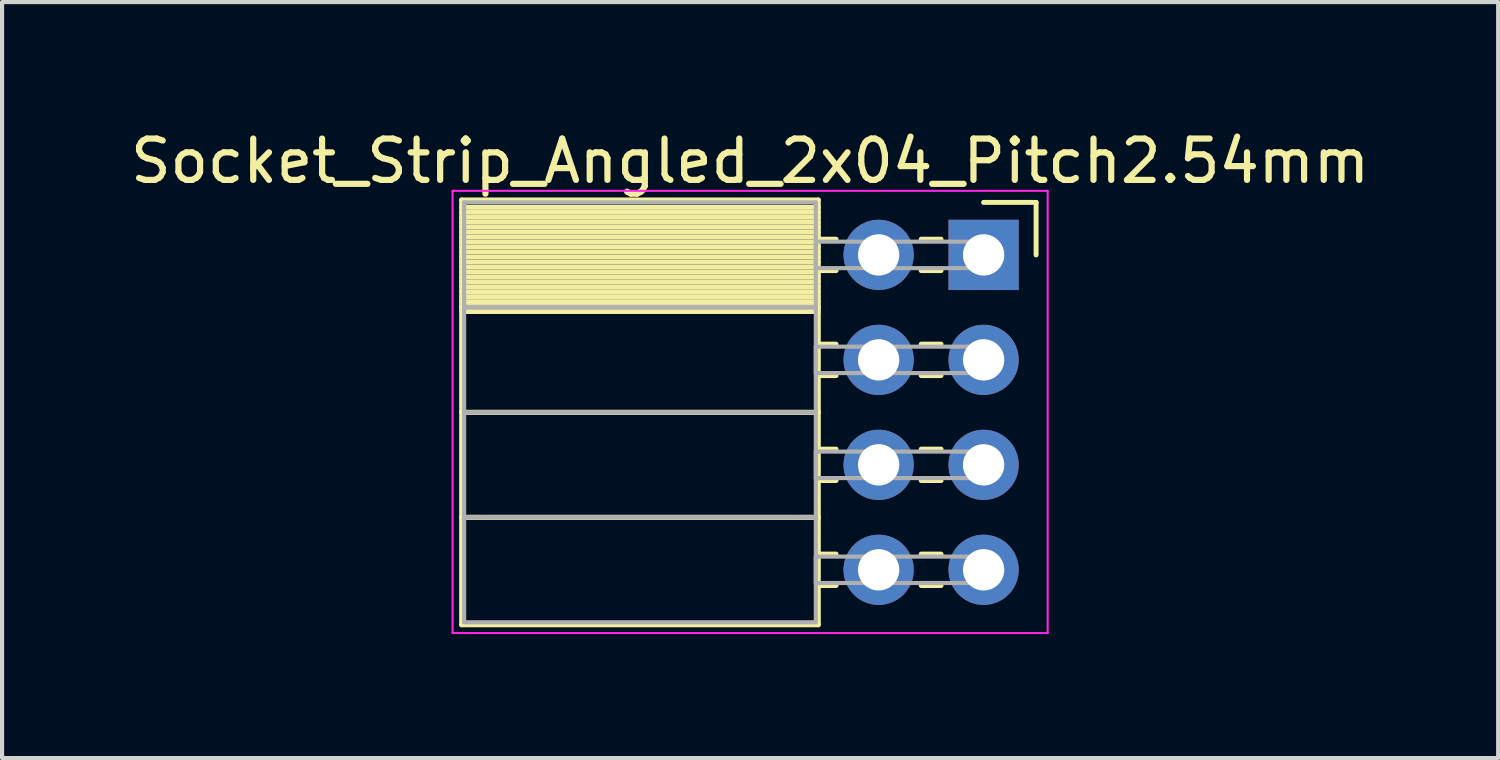
<source format=kicad_pcb>
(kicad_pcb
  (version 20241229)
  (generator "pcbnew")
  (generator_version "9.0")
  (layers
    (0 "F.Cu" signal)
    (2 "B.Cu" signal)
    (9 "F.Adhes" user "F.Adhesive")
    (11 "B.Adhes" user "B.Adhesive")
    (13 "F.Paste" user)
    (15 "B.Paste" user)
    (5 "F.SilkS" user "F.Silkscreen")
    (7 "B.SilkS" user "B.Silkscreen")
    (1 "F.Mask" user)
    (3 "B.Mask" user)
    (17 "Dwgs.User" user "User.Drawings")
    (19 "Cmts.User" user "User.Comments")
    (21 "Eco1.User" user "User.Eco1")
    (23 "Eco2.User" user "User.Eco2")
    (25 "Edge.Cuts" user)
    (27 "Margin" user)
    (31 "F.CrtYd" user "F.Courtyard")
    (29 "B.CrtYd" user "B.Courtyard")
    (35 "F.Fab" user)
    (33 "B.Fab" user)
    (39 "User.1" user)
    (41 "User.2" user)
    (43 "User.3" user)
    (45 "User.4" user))
  (footprint "Socket_Strip_Angled_2x04_Pitch2.54mm"
    (layer "F.Cu")
    (at 20.751 3.118)
    (property "Reference" "Socket_Strip_Angled_2x04_Pitch2.54mm" (at -5.65 -2.27 0) (layer "F.SilkS") (effects (font (size 1 1) (thickness 0.15))))
    (attr through_hole)
    (fp_line (start -12.63 -1.33) (end -4 -1.33) (stroke (width 0.12) (type solid)) (layer "F.SilkS"))
    (fp_line (start -12.63 1.27) (end -12.63 -1.33) (stroke (width 0.12) (type solid)) (layer "F.SilkS"))
    (fp_line (start -12.63 1.27) (end -4 1.27) (stroke (width 0.12) (type solid)) (layer "F.SilkS"))
    (fp_line (start -12.63 3.81) (end -12.63 1.27) (stroke (width 0.12) (type solid)) (layer "F.SilkS"))
    (fp_line (start -12.63 3.81) (end -4 3.81) (stroke (width 0.12) (type solid)) (layer "F.SilkS"))
    (fp_line (start -12.63 6.35) (end -12.63 3.81) (stroke (width 0.12) (type solid)) (layer "F.SilkS"))
    (fp_line (start -12.63 6.35) (end -4 6.35) (stroke (width 0.12) (type solid)) (layer "F.SilkS"))
    (fp_line (start -12.63 8.95) (end -12.63 6.35) (stroke (width 0.12) (type solid)) (layer "F.SilkS"))
    (fp_line (start -4 -1.33) (end -4 1.27) (stroke (width 0.12) (type solid)) (layer "F.SilkS"))
    (fp_line (start -4 -1.15) (end -12.63 -1.15) (stroke (width 0.12) (type solid)) (layer "F.SilkS"))
    (fp_line (start -4 -1.03) (end -12.63 -1.03) (stroke (width 0.12) (type solid)) (layer "F.SilkS"))
    (fp_line (start -4 -0.91) (end -12.63 -0.91) (stroke (width 0.12) (type solid)) (layer "F.SilkS"))
    (fp_line (start -4 -0.79) (end -12.63 -0.79) (stroke (width 0.12) (type solid)) (layer "F.SilkS"))
    (fp_line (start -4 -0.67) (end -12.63 -0.67) (stroke (width 0.12) (type solid)) (layer "F.SilkS"))
    (fp_line (start -4 -0.55) (end -12.63 -0.55) (stroke (width 0.12) (type solid)) (layer "F.SilkS"))
    (fp_line (start -4 -0.43) (end -12.63 -0.43) (stroke (width 0.12) (type solid)) (layer "F.SilkS"))
    (fp_line (start -4 -0.31) (end -12.63 -0.31) (stroke (width 0.12) (type solid)) (layer "F.SilkS"))
    (fp_line (start -4 -0.19) (end -12.63 -0.19) (stroke (width 0.12) (type solid)) (layer "F.SilkS"))
    (fp_line (start -4 -0.07) (end -12.63 -0.07) (stroke (width 0.12) (type solid)) (layer "F.SilkS"))
    (fp_line (start -4 0.05) (end -12.63 0.05) (stroke (width 0.12) (type solid)) (layer "F.SilkS"))
    (fp_line (start -4 0.17) (end -12.63 0.17) (stroke (width 0.12) (type solid)) (layer "F.SilkS"))
    (fp_line (start -4 0.29) (end -12.63 0.29) (stroke (width 0.12) (type solid)) (layer "F.SilkS"))
    (fp_line (start -4 0.41) (end -12.63 0.41) (stroke (width 0.12) (type solid)) (layer "F.SilkS"))
    (fp_line (start -4 0.53) (end -12.63 0.53) (stroke (width 0.12) (type solid)) (layer "F.SilkS"))
    (fp_line (start -4 0.65) (end -12.63 0.65) (stroke (width 0.12) (type solid)) (layer "F.SilkS"))
    (fp_line (start -4 0.77) (end -12.63 0.77) (stroke (width 0.12) (type solid)) (layer "F.SilkS"))
    (fp_line (start -4 0.89) (end -12.63 0.89) (stroke (width 0.12) (type solid)) (layer "F.SilkS"))
    (fp_line (start -4 1.01) (end -12.63 1.01) (stroke (width 0.12) (type solid)) (layer "F.SilkS"))
    (fp_line (start -4 1.13) (end -12.63 1.13) (stroke (width 0.12) (type solid)) (layer "F.SilkS"))
    (fp_line (start -4 1.25) (end -12.63 1.25) (stroke (width 0.12) (type solid)) (layer "F.SilkS"))
    (fp_line (start -4 1.27) (end -12.63 1.27) (stroke (width 0.12) (type solid)) (layer "F.SilkS"))
    (fp_line (start -4 1.27) (end -4 3.81) (stroke (width 0.12) (type solid)) (layer "F.SilkS"))
    (fp_line (start -4 1.37) (end -12.63 1.37) (stroke (width 0.12) (type solid)) (layer "F.SilkS"))
    (fp_line (start -4 3.81) (end -12.63 3.81) (stroke (width 0.12) (type solid)) (layer "F.SilkS"))
    (fp_line (start -4 3.81) (end -4 6.35) (stroke (width 0.12) (type solid)) (layer "F.SilkS"))
    (fp_line (start -4 6.35) (end -12.63 6.35) (stroke (width 0.12) (type solid)) (layer "F.SilkS"))
    (fp_line (start -4 6.35) (end -4 8.95) (stroke (width 0.12) (type solid)) (layer "F.SilkS"))
    (fp_line (start -4 8.95) (end -12.63 8.95) (stroke (width 0.12) (type solid)) (layer "F.SilkS"))
    (fp_line (start -3.57 -0.38) (end -4 -0.38) (stroke (width 0.12) (type solid)) (layer "F.SilkS"))
    (fp_line (start -3.57 0.38) (end -4 0.38) (stroke (width 0.12) (type solid)) (layer "F.SilkS"))
    (fp_line (start -3.57 2.16) (end -4 2.16) (stroke (width 0.12) (type solid)) (layer "F.SilkS"))
    (fp_line (start -3.57 2.92) (end -4 2.92) (stroke (width 0.12) (type solid)) (layer "F.SilkS"))
    (fp_line (start -3.57 4.7) (end -4 4.7) (stroke (width 0.12) (type solid)) (layer "F.SilkS"))
    (fp_line (start -3.57 5.46) (end -4 5.46) (stroke (width 0.12) (type solid)) (layer "F.SilkS"))
    (fp_line (start -3.57 7.24) (end -4 7.24) (stroke (width 0.12) (type solid)) (layer "F.SilkS"))
    (fp_line (start -3.57 8) (end -4 8) (stroke (width 0.12) (type solid)) (layer "F.SilkS"))
    (fp_line (start -1.03 -0.38) (end -1.51 -0.38) (stroke (width 0.12) (type solid)) (layer "F.SilkS"))
    (fp_line (start -1.03 0.38) (end -1.51 0.38) (stroke (width 0.12) (type solid)) (layer "F.SilkS"))
    (fp_line (start -1.03 2.16) (end -1.51 2.16) (stroke (width 0.12) (type solid)) (layer "F.SilkS"))
    (fp_line (start -1.03 2.92) (end -1.51 2.92) (stroke (width 0.12) (type solid)) (layer "F.SilkS"))
    (fp_line (start -1.03 4.7) (end -1.51 4.7) (stroke (width 0.12) (type solid)) (layer "F.SilkS"))
    (fp_line (start -1.03 5.46) (end -1.51 5.46) (stroke (width 0.12) (type solid)) (layer "F.SilkS"))
    (fp_line (start -1.03 7.24) (end -1.51 7.24) (stroke (width 0.12) (type solid)) (layer "F.SilkS"))
    (fp_line (start -1.03 8) (end -1.51 8) (stroke (width 0.12) (type solid)) (layer "F.SilkS"))
    (fp_line (start 0 -1.27) (end 1.27 -1.27) (stroke (width 0.12) (type solid)) (layer "F.SilkS"))
    (fp_line (start 1.27 -1.27) (end 1.27 0) (stroke (width 0.12) (type solid)) (layer "F.SilkS"))
    (fp_line (start -12.85 -1.55) (end 1.55 -1.55) (stroke (width 0.05) (type solid)) (layer "F.CrtYd"))
    (fp_line (start -12.85 9.15) (end -12.85 -1.55) (stroke (width 0.05) (type solid)) (layer "F.CrtYd"))
    (fp_line (start 1.55 -1.55) (end 1.55 9.15) (stroke (width 0.05) (type solid)) (layer "F.CrtYd"))
    (fp_line (start 1.55 9.15) (end -12.85 9.15) (stroke (width 0.05) (type solid)) (layer "F.CrtYd"))
    (fp_line (start -12.57 -1.27) (end -4.06 -1.27) (stroke (width 0.1) (type solid)) (layer "F.Fab"))
    (fp_line (start -12.57 1.27) (end -12.57 -1.27) (stroke (width 0.1) (type solid)) (layer "F.Fab"))
    (fp_line (start -12.57 1.27) (end -4.06 1.27) (stroke (width 0.1) (type solid)) (layer "F.Fab"))
    (fp_line (start -12.57 3.81) (end -12.57 1.27) (stroke (width 0.1) (type solid)) (layer "F.Fab"))
    (fp_line (start -12.57 3.81) (end -4.06 3.81) (stroke (width 0.1) (type solid)) (layer "F.Fab"))
    (fp_line (start -12.57 6.35) (end -12.57 3.81) (stroke (width 0.1) (type solid)) (layer "F.Fab"))
    (fp_line (start -12.57 6.35) (end -4.06 6.35) (stroke (width 0.1) (type solid)) (layer "F.Fab"))
    (fp_line (start -12.57 8.89) (end -12.57 6.35) (stroke (width 0.1) (type solid)) (layer "F.Fab"))
    (fp_line (start -4.06 -1.27) (end -4.06 1.27) (stroke (width 0.1) (type solid)) (layer "F.Fab"))
    (fp_line (start -4.06 -0.32) (end 0 -0.32) (stroke (width 0.1) (type solid)) (layer "F.Fab"))
    (fp_line (start -4.06 0.32) (end -4.06 -0.32) (stroke (width 0.1) (type solid)) (layer "F.Fab"))
    (fp_line (start -4.06 1.27) (end -12.57 1.27) (stroke (width 0.1) (type solid)) (layer "F.Fab"))
    (fp_line (start -4.06 1.27) (end -4.06 3.81) (stroke (width 0.1) (type solid)) (layer "F.Fab"))
    (fp_line (start -4.06 2.22) (end 0 2.22) (stroke (width 0.1) (type solid)) (layer "F.Fab"))
    (fp_line (start -4.06 2.86) (end -4.06 2.22) (stroke (width 0.1) (type solid)) (layer "F.Fab"))
    (fp_line (start -4.06 3.81) (end -12.57 3.81) (stroke (width 0.1) (type solid)) (layer "F.Fab"))
    (fp_line (start -4.06 3.81) (end -4.06 6.35) (stroke (width 0.1) (type solid)) (layer "F.Fab"))
    (fp_line (start -4.06 4.76) (end 0 4.76) (stroke (width 0.1) (type solid)) (layer "F.Fab"))
    (fp_line (start -4.06 5.4) (end -4.06 4.76) (stroke (width 0.1) (type solid)) (layer "F.Fab"))
    (fp_line (start -4.06 6.35) (end -12.57 6.35) (stroke (width 0.1) (type solid)) (layer "F.Fab"))
    (fp_line (start -4.06 6.35) (end -4.06 8.89) (stroke (width 0.1) (type solid)) (layer "F.Fab"))
    (fp_line (start -4.06 7.3) (end 0 7.3) (stroke (width 0.1) (type solid)) (layer "F.Fab"))
    (fp_line (start -4.06 7.94) (end -4.06 7.3) (stroke (width 0.1) (type solid)) (layer "F.Fab"))
    (fp_line (start -4.06 8.89) (end -12.57 8.89) (stroke (width 0.1) (type solid)) (layer "F.Fab"))
    (fp_line (start 0 -0.32) (end 0 0.32) (stroke (width 0.1) (type solid)) (layer "F.Fab"))
    (fp_line (start 0 0.32) (end -4.06 0.32) (stroke (width 0.1) (type solid)) (layer "F.Fab"))
    (fp_line (start 0 2.22) (end 0 2.86) (stroke (width 0.1) (type solid)) (layer "F.Fab"))
    (fp_line (start 0 2.86) (end -4.06 2.86) (stroke (width 0.1) (type solid)) (layer "F.Fab"))
    (fp_line (start 0 4.76) (end 0 5.4) (stroke (width 0.1) (type solid)) (layer "F.Fab"))
    (fp_line (start 0 5.4) (end -4.06 5.4) (stroke (width 0.1) (type solid)) (layer "F.Fab"))
    (fp_line (start 0 7.3) (end 0 7.94) (stroke (width 0.1) (type solid)) (layer "F.Fab"))
    (fp_line (start 0 7.94) (end -4.06 7.94) (stroke (width 0.1) (type solid)) (layer "F.Fab"))
    (pad "1" thru_hole rect (at 0 0) (size 1.7 1.7) (drill 1) (layers "*.Cu" "*.Mask"))
    (pad "2" thru_hole oval (at -2.54 0) (size 1.7 1.7) (drill 1) (layers "*.Cu" "*.Mask"))
    (pad "3" thru_hole oval (at 0 2.54) (size 1.7 1.7) (drill 1) (layers "*.Cu" "*.Mask"))
    (pad "4" thru_hole oval (at -2.54 2.54) (size 1.7 1.7) (drill 1) (layers "*.Cu" "*.Mask"))
    (pad "5" thru_hole oval (at 0 5.08) (size 1.7 1.7) (drill 1) (layers "*.Cu" "*.Mask"))
    (pad "6" thru_hole oval (at -2.54 5.08) (size 1.7 1.7) (drill 1) (layers "*.Cu" "*.Mask"))
    (pad "7" thru_hole oval (at 0 7.62) (size 1.7 1.7) (drill 1) (layers "*.Cu" "*.Mask"))
    (pad "8" thru_hole oval (at -2.54 7.62) (size 1.7 1.7) (drill 1) (layers "*.Cu" "*.Mask")))
  (gr_rect
    (start -3 -3)
    (end 33.202 15.293)
    (stroke (width 0.1) (type default))
    (fill no)
    (layer "Edge.Cuts")))
</source>
